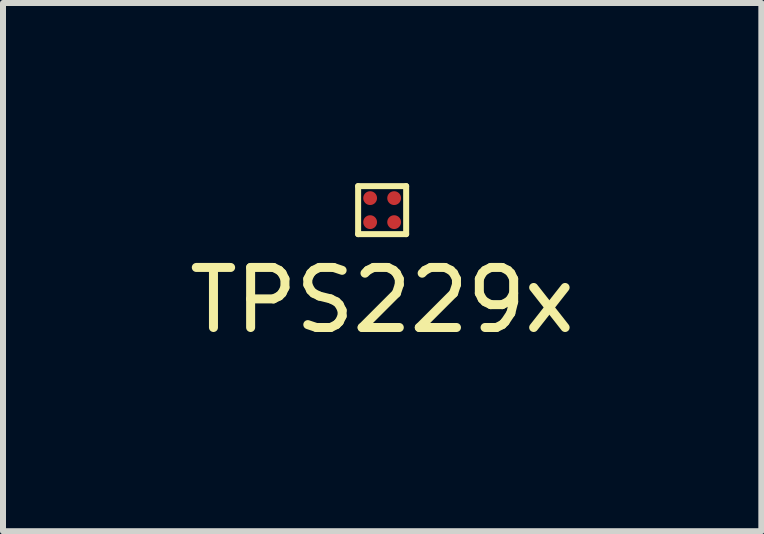
<source format=kicad_pcb>
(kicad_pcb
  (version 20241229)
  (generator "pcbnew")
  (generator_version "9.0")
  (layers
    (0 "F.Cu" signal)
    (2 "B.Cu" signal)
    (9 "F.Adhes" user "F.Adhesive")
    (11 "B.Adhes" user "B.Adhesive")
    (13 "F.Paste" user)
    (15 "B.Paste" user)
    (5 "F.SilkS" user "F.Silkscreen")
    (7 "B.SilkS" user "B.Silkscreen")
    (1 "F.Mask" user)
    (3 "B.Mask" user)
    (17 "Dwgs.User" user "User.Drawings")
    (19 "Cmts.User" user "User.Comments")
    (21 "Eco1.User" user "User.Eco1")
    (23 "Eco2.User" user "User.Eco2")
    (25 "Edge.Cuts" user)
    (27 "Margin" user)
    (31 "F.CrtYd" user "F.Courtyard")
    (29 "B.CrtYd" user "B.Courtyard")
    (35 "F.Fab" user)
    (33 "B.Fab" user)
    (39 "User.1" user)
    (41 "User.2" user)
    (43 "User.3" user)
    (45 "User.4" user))
  (footprint "TPS229x"
    (layer "F.Cu")
    (at 3.315 0.45)
    (property "Reference" "TPS229x" (at 0 1.5 0) (layer "F.SilkS") (effects (font (size 1 1) (thickness 0.15))))
    (attr through_hole)
    (fp_line (start -0.4 -0.4) (end -0.4 0.4) (stroke (width 0.1) (type solid)) (layer "F.SilkS"))
    (fp_line (start -0.4 0.4) (end 0.4 0.4) (stroke (width 0.1) (type solid)) (layer "F.SilkS"))
    (fp_line (start 0.4 -0.4) (end -0.4 -0.4) (stroke (width 0.1) (type solid)) (layer "F.SilkS"))
    (fp_line (start 0.4 0.4) (end 0.4 -0.4) (stroke (width 0.1) (type solid)) (layer "F.SilkS"))
    (pad "A1" smd circle (at -0.2 -0.2) (size 0.23 0.23) (layers "F.Cu" "F.Mask" "F.Paste"))
    (pad "A2" smd circle (at 0.2 -0.2) (size 0.23 0.23) (layers "F.Cu" "F.Mask" "F.Paste"))
    (pad "B1" smd circle (at -0.2 0.2) (size 0.23 0.23) (layers "F.Cu" "F.Mask" "F.Paste"))
    (pad "B2" smd circle (at 0.2 0.2) (size 0.23 0.23) (layers "F.Cu" "F.Mask" "F.Paste")))
  (gr_rect
    (start -3 -3)
    (end 9.631 5.798)
    (stroke (width 0.1) (type default))
    (fill no)
    (layer "Edge.Cuts")))
</source>
